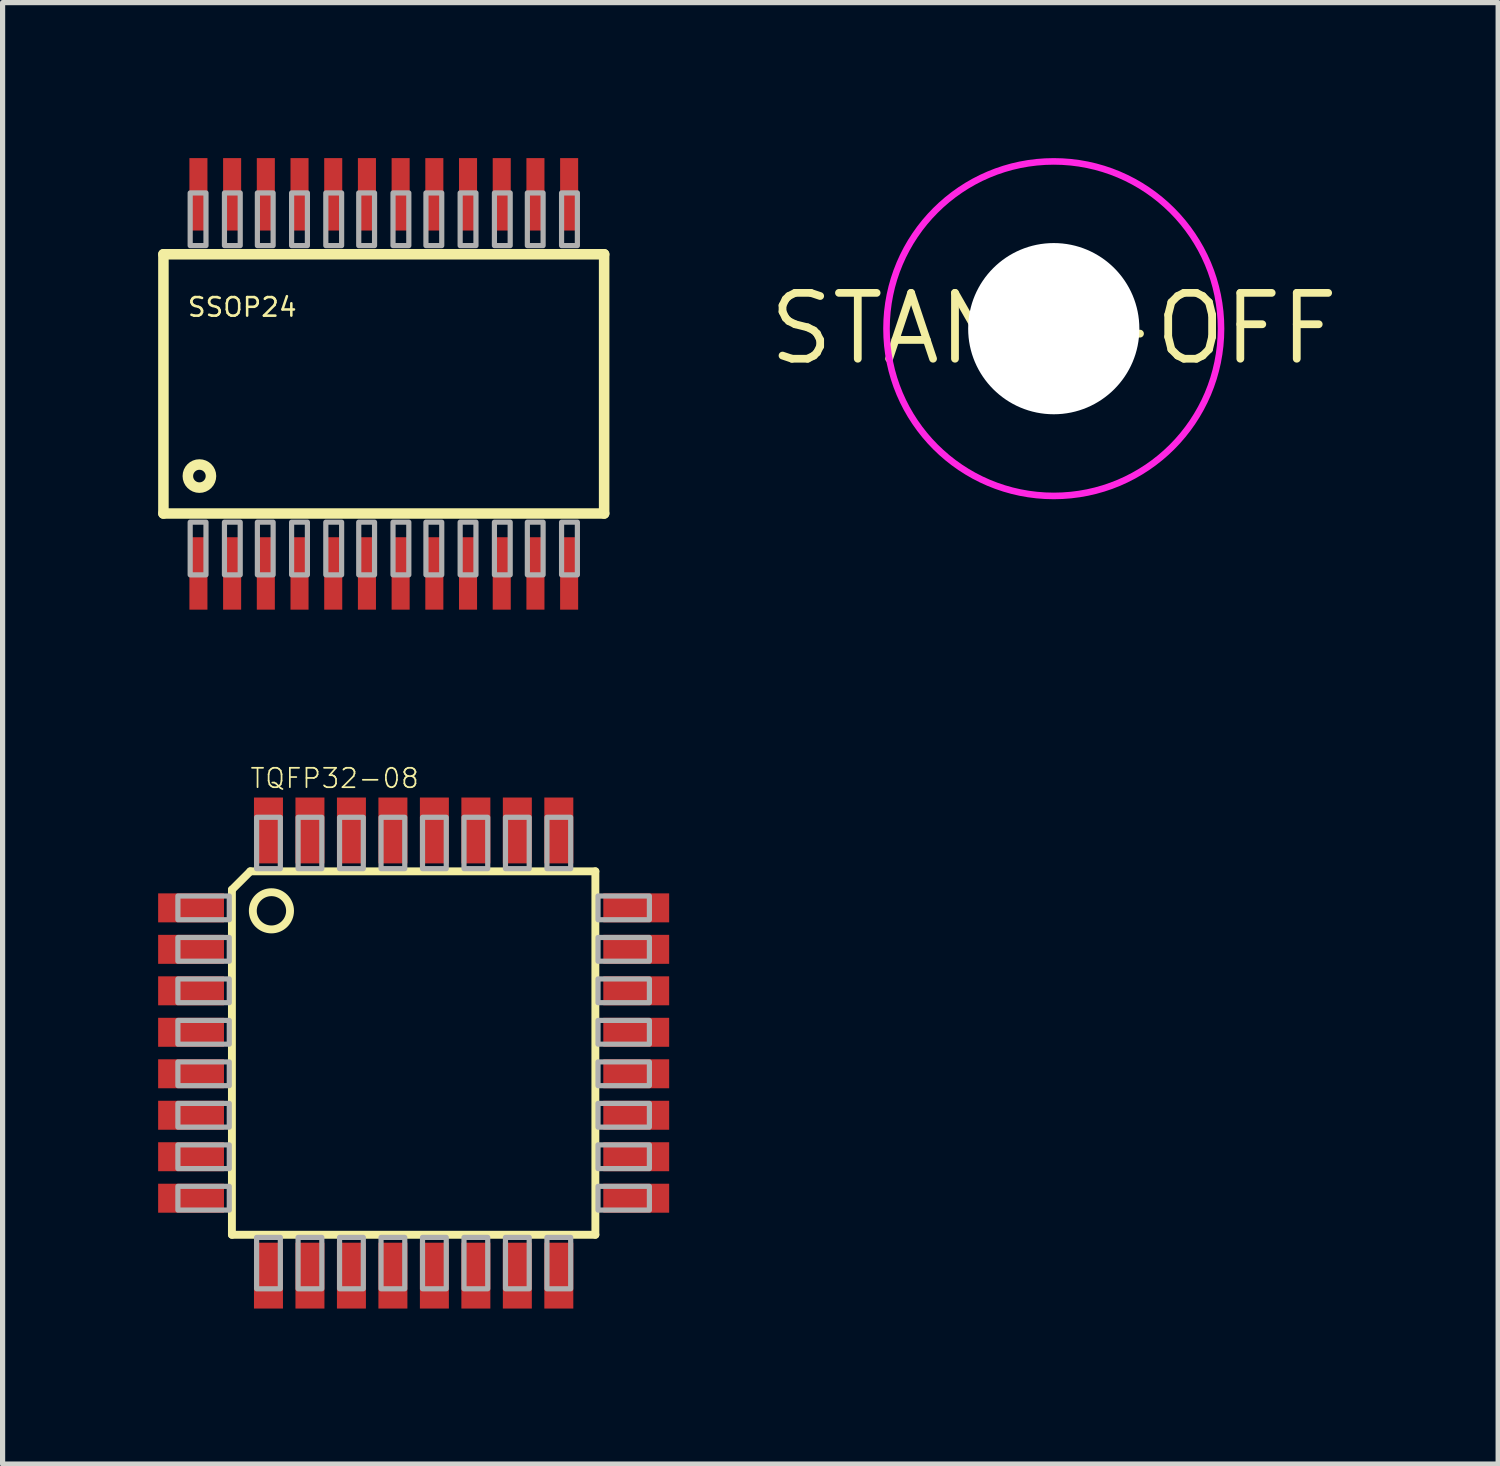
<source format=kicad_pcb>
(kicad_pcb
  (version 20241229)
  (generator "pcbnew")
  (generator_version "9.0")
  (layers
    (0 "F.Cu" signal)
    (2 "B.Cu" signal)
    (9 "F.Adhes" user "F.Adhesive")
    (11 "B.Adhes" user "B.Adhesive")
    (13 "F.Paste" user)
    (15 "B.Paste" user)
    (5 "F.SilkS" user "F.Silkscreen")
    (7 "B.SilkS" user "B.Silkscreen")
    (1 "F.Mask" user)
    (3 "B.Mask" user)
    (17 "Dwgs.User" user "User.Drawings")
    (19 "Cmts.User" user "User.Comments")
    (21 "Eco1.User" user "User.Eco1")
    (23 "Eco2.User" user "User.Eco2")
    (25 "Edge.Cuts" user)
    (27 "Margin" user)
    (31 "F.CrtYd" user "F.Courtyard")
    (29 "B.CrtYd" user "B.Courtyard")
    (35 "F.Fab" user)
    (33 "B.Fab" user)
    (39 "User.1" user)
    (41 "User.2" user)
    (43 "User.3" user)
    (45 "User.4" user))
  (footprint "TQFP32-08"
    (layer "F.Cu")
    (at 4.928 17.26)
    (property "Reference" "TQFP32-08" (at -3.175 -5.08 0) (layer "F.SilkS") (effects (font (size 0.374 0.374) (thickness 0.033)) (justify left bottom)))
    (fp_line (start -3.505 3.505) (end -3.505 -3.15) (stroke (width 0.152) (type solid)) (layer "F.SilkS"))
    (fp_line (start -3.15 -3.505) (end -3.505 -3.15) (stroke (width 0.152) (type solid)) (layer "F.SilkS"))
    (fp_line (start -3.15 -3.505) (end 3.505 -3.505) (stroke (width 0.152) (type solid)) (layer "F.SilkS"))
    (fp_line (start 3.505 -3.505) (end 3.505 3.505) (stroke (width 0.152) (type solid)) (layer "F.SilkS"))
    (fp_line (start 3.505 3.505) (end -3.505 3.505) (stroke (width 0.152) (type solid)) (layer "F.SilkS"))
    (fp_circle (center -2.743 -2.743) (end -2.384 -2.743) (stroke (width 0.152) (type solid)) (fill no) (layer "F.SilkS"))
    (fp_poly (pts (xy -4.547 -2.571) (xy -3.556 -2.571) (xy -3.556 -3.029) (xy -4.547 -3.029)) (stroke (width 0.1) (type solid)) (fill no) (layer "F.Fab"))
    (fp_poly (pts (xy -4.547 -1.771) (xy -3.556 -1.771) (xy -3.556 -2.229) (xy -4.547 -2.229)) (stroke (width 0.1) (type solid)) (fill no) (layer "F.Fab"))
    (fp_poly (pts (xy -4.547 -0.971) (xy -3.556 -0.971) (xy -3.556 -1.429) (xy -4.547 -1.429)) (stroke (width 0.1) (type solid)) (fill no) (layer "F.Fab"))
    (fp_poly (pts (xy -4.547 -0.171) (xy -3.556 -0.171) (xy -3.556 -0.629) (xy -4.547 -0.629)) (stroke (width 0.1) (type solid)) (fill no) (layer "F.Fab"))
    (fp_poly (pts (xy -4.547 0.629) (xy -3.556 0.629) (xy -3.556 0.171) (xy -4.547 0.171)) (stroke (width 0.1) (type solid)) (fill no) (layer "F.Fab"))
    (fp_poly (pts (xy -4.547 1.429) (xy -3.556 1.429) (xy -3.556 0.971) (xy -4.547 0.971)) (stroke (width 0.1) (type solid)) (fill no) (layer "F.Fab"))
    (fp_poly (pts (xy -4.547 2.229) (xy -3.556 2.229) (xy -3.556 1.771) (xy -4.547 1.771)) (stroke (width 0.1) (type solid)) (fill no) (layer "F.Fab"))
    (fp_poly (pts (xy -4.547 3.029) (xy -3.556 3.029) (xy -3.556 2.571) (xy -4.547 2.571)) (stroke (width 0.1) (type solid)) (fill no) (layer "F.Fab"))
    (fp_poly (pts (xy -3.029 -3.556) (xy -2.571 -3.556) (xy -2.571 -4.547) (xy -3.029 -4.547)) (stroke (width 0.1) (type solid)) (fill no) (layer "F.Fab"))
    (fp_poly (pts (xy -3.029 4.547) (xy -2.571 4.547) (xy -2.571 3.556) (xy -3.029 3.556)) (stroke (width 0.1) (type solid)) (fill no) (layer "F.Fab"))
    (fp_poly (pts (xy -2.229 -3.556) (xy -1.771 -3.556) (xy -1.771 -4.547) (xy -2.229 -4.547)) (stroke (width 0.1) (type solid)) (fill no) (layer "F.Fab"))
    (fp_poly (pts (xy -2.229 4.547) (xy -1.771 4.547) (xy -1.771 3.556) (xy -2.229 3.556)) (stroke (width 0.1) (type solid)) (fill no) (layer "F.Fab"))
    (fp_poly (pts (xy -1.429 -3.556) (xy -0.971 -3.556) (xy -0.971 -4.547) (xy -1.429 -4.547)) (stroke (width 0.1) (type solid)) (fill no) (layer "F.Fab"))
    (fp_poly (pts (xy -1.429 4.547) (xy -0.971 4.547) (xy -0.971 3.556) (xy -1.429 3.556)) (stroke (width 0.1) (type solid)) (fill no) (layer "F.Fab"))
    (fp_poly (pts (xy -0.629 -3.556) (xy -0.171 -3.556) (xy -0.171 -4.547) (xy -0.629 -4.547)) (stroke (width 0.1) (type solid)) (fill no) (layer "F.Fab"))
    (fp_poly (pts (xy -0.629 4.547) (xy -0.171 4.547) (xy -0.171 3.556) (xy -0.629 3.556)) (stroke (width 0.1) (type solid)) (fill no) (layer "F.Fab"))
    (fp_poly (pts (xy 0.171 -3.556) (xy 0.629 -3.556) (xy 0.629 -4.547) (xy 0.171 -4.547)) (stroke (width 0.1) (type solid)) (fill no) (layer "F.Fab"))
    (fp_poly (pts (xy 0.171 4.547) (xy 0.629 4.547) (xy 0.629 3.556) (xy 0.171 3.556)) (stroke (width 0.1) (type solid)) (fill no) (layer "F.Fab"))
    (fp_poly (pts (xy 0.971 -3.556) (xy 1.429 -3.556) (xy 1.429 -4.547) (xy 0.971 -4.547)) (stroke (width 0.1) (type solid)) (fill no) (layer "F.Fab"))
    (fp_poly (pts (xy 0.971 4.547) (xy 1.429 4.547) (xy 1.429 3.556) (xy 0.971 3.556)) (stroke (width 0.1) (type solid)) (fill no) (layer "F.Fab"))
    (fp_poly (pts (xy 1.771 -3.556) (xy 2.229 -3.556) (xy 2.229 -4.547) (xy 1.771 -4.547)) (stroke (width 0.1) (type solid)) (fill no) (layer "F.Fab"))
    (fp_poly (pts (xy 1.771 4.547) (xy 2.229 4.547) (xy 2.229 3.556) (xy 1.771 3.556)) (stroke (width 0.1) (type solid)) (fill no) (layer "F.Fab"))
    (fp_poly (pts (xy 2.571 -3.556) (xy 3.029 -3.556) (xy 3.029 -4.547) (xy 2.571 -4.547)) (stroke (width 0.1) (type solid)) (fill no) (layer "F.Fab"))
    (fp_poly (pts (xy 2.571 4.547) (xy 3.029 4.547) (xy 3.029 3.556) (xy 2.571 3.556)) (stroke (width 0.1) (type solid)) (fill no) (layer "F.Fab"))
    (fp_poly (pts (xy 3.556 -2.571) (xy 4.547 -2.571) (xy 4.547 -3.029) (xy 3.556 -3.029)) (stroke (width 0.1) (type solid)) (fill no) (layer "F.Fab"))
    (fp_poly (pts (xy 3.556 -1.771) (xy 4.547 -1.771) (xy 4.547 -2.229) (xy 3.556 -2.229)) (stroke (width 0.1) (type solid)) (fill no) (layer "F.Fab"))
    (fp_poly (pts (xy 3.556 -0.971) (xy 4.547 -0.971) (xy 4.547 -1.429) (xy 3.556 -1.429)) (stroke (width 0.1) (type solid)) (fill no) (layer "F.Fab"))
    (fp_poly (pts (xy 3.556 -0.171) (xy 4.547 -0.171) (xy 4.547 -0.629) (xy 3.556 -0.629)) (stroke (width 0.1) (type solid)) (fill no) (layer "F.Fab"))
    (fp_poly (pts (xy 3.556 0.629) (xy 4.547 0.629) (xy 4.547 0.171) (xy 3.556 0.171)) (stroke (width 0.1) (type solid)) (fill no) (layer "F.Fab"))
    (fp_poly (pts (xy 3.556 1.429) (xy 4.547 1.429) (xy 4.547 0.971) (xy 3.556 0.971)) (stroke (width 0.1) (type solid)) (fill no) (layer "F.Fab"))
    (fp_poly (pts (xy 3.556 2.229) (xy 4.547 2.229) (xy 4.547 1.771) (xy 3.556 1.771)) (stroke (width 0.1) (type solid)) (fill no) (layer "F.Fab"))
    (fp_poly (pts (xy 3.556 3.029) (xy 4.547 3.029) (xy 4.547 2.571) (xy 3.556 2.571)) (stroke (width 0.1) (type solid)) (fill no) (layer "F.Fab"))
    (pad "1" smd rect (at -4.293 -2.8) (size 1.27 0.559) (layers "F.Cu" "F.Mask" "F.Paste"))
    (pad "2" smd rect (at -4.293 -2) (size 1.27 0.559) (layers "F.Cu" "F.Mask" "F.Paste"))
    (pad "3" smd rect (at -4.293 -1.2) (size 1.27 0.559) (layers "F.Cu" "F.Mask" "F.Paste"))
    (pad "4" smd rect (at -4.293 -0.4) (size 1.27 0.559) (layers "F.Cu" "F.Mask" "F.Paste"))
    (pad "5" smd rect (at -4.293 0.4) (size 1.27 0.559) (layers "F.Cu" "F.Mask" "F.Paste"))
    (pad "6" smd rect (at -4.293 1.2) (size 1.27 0.559) (layers "F.Cu" "F.Mask" "F.Paste"))
    (pad "7" smd rect (at -4.293 2) (size 1.27 0.559) (layers "F.Cu" "F.Mask" "F.Paste"))
    (pad "8" smd rect (at -4.293 2.8) (size 1.27 0.559) (layers "F.Cu" "F.Mask" "F.Paste"))
    (pad "9" smd rect (at -2.8 4.293) (size 0.559 1.27) (layers "F.Cu" "F.Mask" "F.Paste"))
    (pad "10" smd rect (at -2 4.293) (size 0.559 1.27) (layers "F.Cu" "F.Mask" "F.Paste"))
    (pad "11" smd rect (at -1.2 4.293) (size 0.559 1.27) (layers "F.Cu" "F.Mask" "F.Paste"))
    (pad "12" smd rect (at -0.4 4.293) (size 0.559 1.27) (layers "F.Cu" "F.Mask" "F.Paste"))
    (pad "13" smd rect (at 0.4 4.293) (size 0.559 1.27) (layers "F.Cu" "F.Mask" "F.Paste"))
    (pad "14" smd rect (at 1.2 4.293) (size 0.559 1.27) (layers "F.Cu" "F.Mask" "F.Paste"))
    (pad "15" smd rect (at 2 4.293) (size 0.559 1.27) (layers "F.Cu" "F.Mask" "F.Paste"))
    (pad "16" smd rect (at 2.8 4.293) (size 0.559 1.27) (layers "F.Cu" "F.Mask" "F.Paste"))
    (pad "17" smd rect (at 4.293 2.8) (size 1.27 0.559) (layers "F.Cu" "F.Mask" "F.Paste"))
    (pad "18" smd rect (at 4.293 2) (size 1.27 0.559) (layers "F.Cu" "F.Mask" "F.Paste"))
    (pad "19" smd rect (at 4.293 1.2) (size 1.27 0.559) (layers "F.Cu" "F.Mask" "F.Paste"))
    (pad "20" smd rect (at 4.293 0.4) (size 1.27 0.559) (layers "F.Cu" "F.Mask" "F.Paste"))
    (pad "21" smd rect (at 4.293 -0.4) (size 1.27 0.559) (layers "F.Cu" "F.Mask" "F.Paste"))
    (pad "22" smd rect (at 4.293 -1.2) (size 1.27 0.559) (layers "F.Cu" "F.Mask" "F.Paste"))
    (pad "23" smd rect (at 4.293 -2) (size 1.27 0.559) (layers "F.Cu" "F.Mask" "F.Paste"))
    (pad "24" smd rect (at 4.293 -2.8) (size 1.27 0.559) (layers "F.Cu" "F.Mask" "F.Paste"))
    (pad "25" smd rect (at 2.8 -4.293) (size 0.559 1.27) (layers "F.Cu" "F.Mask" "F.Paste"))
    (pad "26" smd rect (at 2 -4.293) (size 0.559 1.27) (layers "F.Cu" "F.Mask" "F.Paste"))
    (pad "27" smd rect (at 1.2 -4.293) (size 0.559 1.27) (layers "F.Cu" "F.Mask" "F.Paste"))
    (pad "28" smd rect (at 0.4 -4.293) (size 0.559 1.27) (layers "F.Cu" "F.Mask" "F.Paste"))
    (pad "29" smd rect (at -0.4 -4.293) (size 0.559 1.27) (layers "F.Cu" "F.Mask" "F.Paste"))
    (pad "30" smd rect (at -1.2 -4.293) (size 0.559 1.27) (layers "F.Cu" "F.Mask" "F.Paste"))
    (pad "31" smd rect (at -2 -4.293) (size 0.559 1.27) (layers "F.Cu" "F.Mask" "F.Paste"))
    (pad "32" smd rect (at -2.8 -4.293) (size 0.559 1.27) (layers "F.Cu" "F.Mask" "F.Paste")))
  (footprint "STAND-OFF"
    (layer "F.Cu")
    (at 17.274 3.289)
    (property "Reference" "STAND-OFF" (at 0 0 0) (layer "F.SilkS") (effects (font (size 1.27 1.27) (thickness 0.15))))
    (fp_circle (center 0 0) (end 3.226 0) (stroke (width 0.127) (type solid)) (fill no) (layer "F.CrtYd"))
    (pad "" np_thru_hole circle (at 0 0) (size 3.302 3.302) (drill 3.302) (layers "*.Cu" "*.Mask")))
  (footprint "SSOP24"
    (layer "F.Cu")
    (at 4.352 4.354)
    (property "Reference" "SSOP24" (at -3.81 -1.27 0) (layer "F.SilkS") (effects (font (size 0.358 0.358) (thickness 0.049)) (justify left bottom)))
    (fp_line (start -4.25 -2.5) (end 4.25 -2.5) (stroke (width 0.203) (type solid)) (layer "F.SilkS"))
    (fp_line (start -4.25 2.5) (end -4.25 -2.5) (stroke (width 0.203) (type solid)) (layer "F.SilkS"))
    (fp_line (start 4.25 -2.5) (end 4.25 2.5) (stroke (width 0.203) (type solid)) (layer "F.SilkS"))
    (fp_line (start 4.25 2.5) (end -4.25 2.5) (stroke (width 0.203) (type solid)) (layer "F.SilkS"))
    (fp_circle (center -3.556 1.778) (end -3.333 1.778) (stroke (width 0.203) (type solid)) (fill no) (layer "F.SilkS"))
    (fp_poly (pts (xy -3.734 -2.667) (xy -3.429 -2.667) (xy -3.429 -3.683) (xy -3.734 -3.683)) (stroke (width 0.1) (type solid)) (fill no) (layer "F.Fab"))
    (fp_poly (pts (xy -3.734 3.683) (xy -3.429 3.683) (xy -3.429 2.667) (xy -3.734 2.667)) (stroke (width 0.1) (type solid)) (fill no) (layer "F.Fab"))
    (fp_poly (pts (xy -3.073 -2.667) (xy -2.769 -2.667) (xy -2.769 -3.683) (xy -3.073 -3.683)) (stroke (width 0.1) (type solid)) (fill no) (layer "F.Fab"))
    (fp_poly (pts (xy -3.073 3.683) (xy -2.769 3.683) (xy -2.769 2.667) (xy -3.073 2.667)) (stroke (width 0.1) (type solid)) (fill no) (layer "F.Fab"))
    (fp_poly (pts (xy -2.438 -2.667) (xy -2.134 -2.667) (xy -2.134 -3.683) (xy -2.438 -3.683)) (stroke (width 0.1) (type solid)) (fill no) (layer "F.Fab"))
    (fp_poly (pts (xy -2.438 3.683) (xy -2.134 3.683) (xy -2.134 2.667) (xy -2.438 2.667)) (stroke (width 0.1) (type solid)) (fill no) (layer "F.Fab"))
    (fp_poly (pts (xy -1.778 -2.667) (xy -1.473 -2.667) (xy -1.473 -3.683) (xy -1.778 -3.683)) (stroke (width 0.1) (type solid)) (fill no) (layer "F.Fab"))
    (fp_poly (pts (xy -1.778 3.683) (xy -1.473 3.683) (xy -1.473 2.667) (xy -1.778 2.667)) (stroke (width 0.1) (type solid)) (fill no) (layer "F.Fab"))
    (fp_poly (pts (xy -1.118 -2.667) (xy -0.813 -2.667) (xy -0.813 -3.683) (xy -1.118 -3.683)) (stroke (width 0.1) (type solid)) (fill no) (layer "F.Fab"))
    (fp_poly (pts (xy -1.118 3.683) (xy -0.813 3.683) (xy -0.813 2.667) (xy -1.118 2.667)) (stroke (width 0.1) (type solid)) (fill no) (layer "F.Fab"))
    (fp_poly (pts (xy -0.483 -2.667) (xy -0.178 -2.667) (xy -0.178 -3.683) (xy -0.483 -3.683)) (stroke (width 0.1) (type solid)) (fill no) (layer "F.Fab"))
    (fp_poly (pts (xy -0.483 3.683) (xy -0.178 3.683) (xy -0.178 2.667) (xy -0.483 2.667)) (stroke (width 0.1) (type solid)) (fill no) (layer "F.Fab"))
    (fp_poly (pts (xy 0.178 -2.667) (xy 0.483 -2.667) (xy 0.483 -3.683) (xy 0.178 -3.683)) (stroke (width 0.1) (type solid)) (fill no) (layer "F.Fab"))
    (fp_poly (pts (xy 0.178 3.683) (xy 0.483 3.683) (xy 0.483 2.667) (xy 0.178 2.667)) (stroke (width 0.1) (type solid)) (fill no) (layer "F.Fab"))
    (fp_poly (pts (xy 0.813 -2.667) (xy 1.118 -2.667) (xy 1.118 -3.683) (xy 0.813 -3.683)) (stroke (width 0.1) (type solid)) (fill no) (layer "F.Fab"))
    (fp_poly (pts (xy 0.813 3.683) (xy 1.118 3.683) (xy 1.118 2.667) (xy 0.813 2.667)) (stroke (width 0.1) (type solid)) (fill no) (layer "F.Fab"))
    (fp_poly (pts (xy 1.473 -2.667) (xy 1.778 -2.667) (xy 1.778 -3.683) (xy 1.473 -3.683)) (stroke (width 0.1) (type solid)) (fill no) (layer "F.Fab"))
    (fp_poly (pts (xy 1.473 3.683) (xy 1.778 3.683) (xy 1.778 2.667) (xy 1.473 2.667)) (stroke (width 0.1) (type solid)) (fill no) (layer "F.Fab"))
    (fp_poly (pts (xy 2.134 -2.667) (xy 2.438 -2.667) (xy 2.438 -3.683) (xy 2.134 -3.683)) (stroke (width 0.1) (type solid)) (fill no) (layer "F.Fab"))
    (fp_poly (pts (xy 2.134 3.683) (xy 2.438 3.683) (xy 2.438 2.667) (xy 2.134 2.667)) (stroke (width 0.1) (type solid)) (fill no) (layer "F.Fab"))
    (fp_poly (pts (xy 2.769 -2.667) (xy 3.073 -2.667) (xy 3.073 -3.683) (xy 2.769 -3.683)) (stroke (width 0.1) (type solid)) (fill no) (layer "F.Fab"))
    (fp_poly (pts (xy 2.769 3.683) (xy 3.073 3.683) (xy 3.073 2.667) (xy 2.769 2.667)) (stroke (width 0.1) (type solid)) (fill no) (layer "F.Fab"))
    (fp_poly (pts (xy 3.429 -2.667) (xy 3.734 -2.667) (xy 3.734 -3.683) (xy 3.429 -3.683)) (stroke (width 0.1) (type solid)) (fill no) (layer "F.Fab"))
    (fp_poly (pts (xy 3.429 3.683) (xy 3.734 3.683) (xy 3.734 2.667) (xy 3.429 2.667)) (stroke (width 0.1) (type solid)) (fill no) (layer "F.Fab"))
    (pad "1" smd rect (at -3.575 3.656) (size 0.348 1.397) (layers "F.Cu" "F.Mask" "F.Paste"))
    (pad "2" smd rect (at -2.925 3.656) (size 0.348 1.397) (layers "F.Cu" "F.Mask" "F.Paste"))
    (pad "3" smd rect (at -2.275 3.656) (size 0.348 1.397) (layers "F.Cu" "F.Mask" "F.Paste"))
    (pad "4" smd rect (at -1.625 3.656) (size 0.348 1.397) (layers "F.Cu" "F.Mask" "F.Paste"))
    (pad "5" smd rect (at -0.975 3.656) (size 0.348 1.397) (layers "F.Cu" "F.Mask" "F.Paste"))
    (pad "6" smd rect (at -0.325 3.656) (size 0.348 1.397) (layers "F.Cu" "F.Mask" "F.Paste"))
    (pad "7" smd rect (at 0.325 3.656) (size 0.348 1.397) (layers "F.Cu" "F.Mask" "F.Paste"))
    (pad "8" smd rect (at 0.975 3.656) (size 0.348 1.397) (layers "F.Cu" "F.Mask" "F.Paste"))
    (pad "9" smd rect (at 1.625 3.656) (size 0.348 1.397) (layers "F.Cu" "F.Mask" "F.Paste"))
    (pad "10" smd rect (at 2.275 3.656) (size 0.348 1.397) (layers "F.Cu" "F.Mask" "F.Paste"))
    (pad "11" smd rect (at 2.925 3.656) (size 0.348 1.397) (layers "F.Cu" "F.Mask" "F.Paste"))
    (pad "12" smd rect (at 3.575 3.656) (size 0.348 1.397) (layers "F.Cu" "F.Mask" "F.Paste"))
    (pad "13" smd rect (at 3.575 -3.656 180) (size 0.348 1.397) (layers "F.Cu" "F.Mask" "F.Paste"))
    (pad "14" smd rect (at 2.925 -3.656 180) (size 0.348 1.397) (layers "F.Cu" "F.Mask" "F.Paste"))
    (pad "15" smd rect (at 2.275 -3.656) (size 0.348 1.397) (layers "F.Cu" "F.Mask" "F.Paste"))
    (pad "16" smd rect (at 1.625 -3.656) (size 0.348 1.397) (layers "F.Cu" "F.Mask" "F.Paste"))
    (pad "17" smd rect (at 0.975 -3.656) (size 0.348 1.397) (layers "F.Cu" "F.Mask" "F.Paste"))
    (pad "18" smd rect (at 0.325 -3.656) (size 0.348 1.397) (layers "F.Cu" "F.Mask" "F.Paste"))
    (pad "19" smd rect (at -0.325 -3.656) (size 0.348 1.397) (layers "F.Cu" "F.Mask" "F.Paste"))
    (pad "20" smd rect (at -0.975 -3.656) (size 0.348 1.397) (layers "F.Cu" "F.Mask" "F.Paste"))
    (pad "21" smd rect (at -1.625 -3.656) (size 0.348 1.397) (layers "F.Cu" "F.Mask" "F.Paste"))
    (pad "22" smd rect (at -2.275 -3.656) (size 0.348 1.397) (layers "F.Cu" "F.Mask" "F.Paste"))
    (pad "23" smd rect (at -2.925 -3.656) (size 0.348 1.397) (layers "F.Cu" "F.Mask" "F.Paste"))
    (pad "24" smd rect (at -3.575 -3.656) (size 0.348 1.397) (layers "F.Cu" "F.Mask" "F.Paste")))
  (gr_rect
    (start -3 -3)
    (end 25.845 25.188)
    (stroke (width 0.1) (type default))
    (fill no)
    (layer "Edge.Cuts")))
</source>
